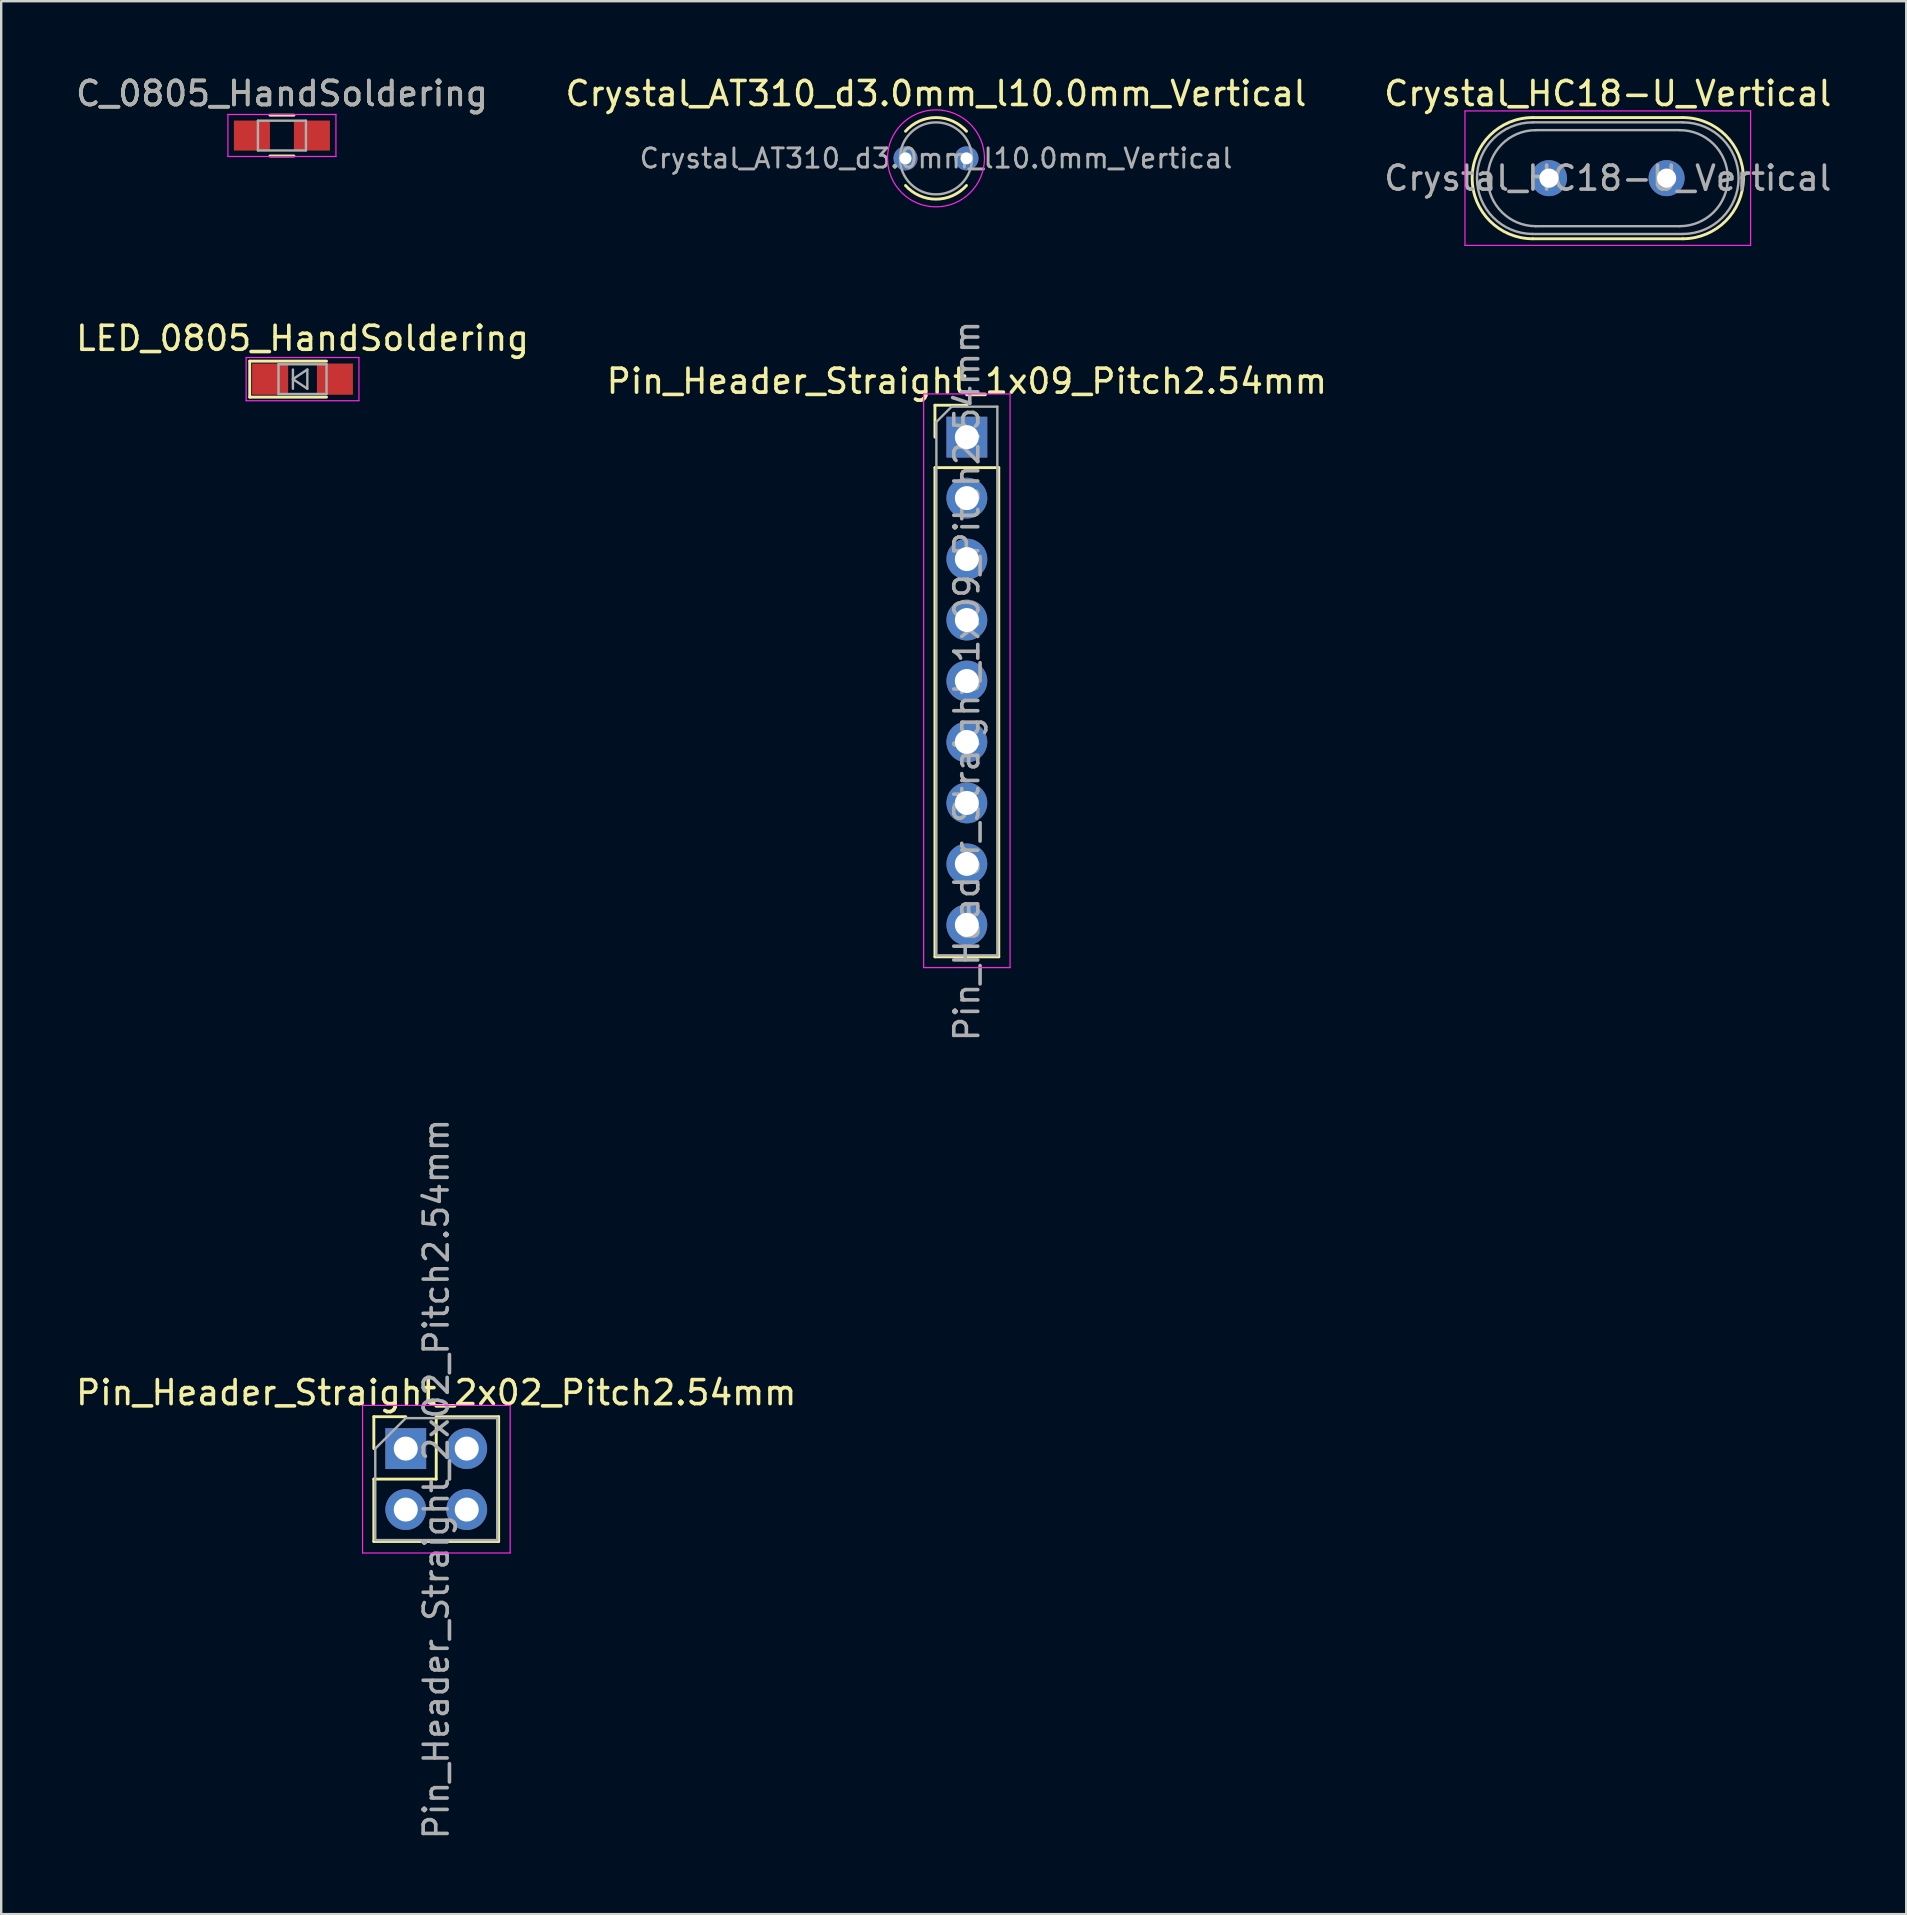
<source format=kicad_pcb>
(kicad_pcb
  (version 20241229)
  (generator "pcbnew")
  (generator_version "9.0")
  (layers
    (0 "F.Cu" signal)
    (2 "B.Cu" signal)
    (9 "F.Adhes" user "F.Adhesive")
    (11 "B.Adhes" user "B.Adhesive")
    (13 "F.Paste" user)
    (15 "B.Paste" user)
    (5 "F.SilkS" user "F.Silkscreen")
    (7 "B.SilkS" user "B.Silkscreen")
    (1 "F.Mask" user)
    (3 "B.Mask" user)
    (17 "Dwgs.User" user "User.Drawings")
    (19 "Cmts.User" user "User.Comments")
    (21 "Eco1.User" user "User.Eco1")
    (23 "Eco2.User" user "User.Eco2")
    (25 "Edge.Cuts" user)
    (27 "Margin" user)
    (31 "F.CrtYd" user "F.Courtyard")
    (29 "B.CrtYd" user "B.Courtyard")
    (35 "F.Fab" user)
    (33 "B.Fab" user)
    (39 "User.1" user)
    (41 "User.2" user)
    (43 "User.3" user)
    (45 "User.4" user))
  (footprint "Crystal_HC18-U_Vertical"
    (layer "F.Cu")
    (at 61.485 4.373)
    (property "Reference" "Crystal_HC18-U_Vertical" (at 2.45 -3.525 0) (layer "F.SilkS") (effects (font (size 1 1) (thickness 0.15))))
    (attr through_hole)
    (fp_line (start -0.675 -2.525) (end 5.575 -2.525) (stroke (width 0.12) (type solid)) (layer "F.SilkS"))
    (fp_line (start -0.675 2.525) (end 5.575 2.525) (stroke (width 0.12) (type solid)) (layer "F.SilkS"))
    (fp_arc (start -0.675 2.525) (mid -3.2 0) (end -0.675 -2.525) (stroke (width 0.12) (type solid)) (layer "F.SilkS"))
    (fp_arc (start 5.575 -2.525) (mid 8.1 0) (end 5.575 2.525) (stroke (width 0.12) (type solid)) (layer "F.SilkS"))
    (fp_line (start -3.5 -2.8) (end -3.5 2.8) (stroke (width 0.05) (type solid)) (layer "F.CrtYd"))
    (fp_line (start -3.5 2.8) (end 8.4 2.8) (stroke (width 0.05) (type solid)) (layer "F.CrtYd"))
    (fp_line (start 8.4 -2.8) (end -3.5 -2.8) (stroke (width 0.05) (type solid)) (layer "F.CrtYd"))
    (fp_line (start 8.4 2.8) (end 8.4 -2.8) (stroke (width 0.05) (type solid)) (layer "F.CrtYd"))
    (fp_line (start -0.675 -2.325) (end 5.575 -2.325) (stroke (width 0.1) (type solid)) (layer "F.Fab"))
    (fp_line (start -0.675 2.325) (end 5.575 2.325) (stroke (width 0.1) (type solid)) (layer "F.Fab"))
    (fp_line (start -0.55 -2) (end 5.45 -2) (stroke (width 0.1) (type solid)) (layer "F.Fab"))
    (fp_line (start -0.55 2) (end 5.45 2) (stroke (width 0.1) (type solid)) (layer "F.Fab"))
    (fp_arc (start -0.675 2.325) (mid -3 0) (end -0.675 -2.325) (stroke (width 0.1) (type solid)) (layer "F.Fab"))
    (fp_arc (start -0.55 2) (mid -2.55 0) (end -0.55 -2) (stroke (width 0.1) (type solid)) (layer "F.Fab"))
    (fp_arc (start 5.45 -2) (mid 7.45 0) (end 5.45 2) (stroke (width 0.1) (type solid)) (layer "F.Fab"))
    (fp_arc (start 5.575 -2.325) (mid 7.9 0) (end 5.575 2.325) (stroke (width 0.1) (type solid)) (layer "F.Fab"))
    (fp_text user "${REFERENCE}" (at 2.45 0 0) (layer "F.Fab") (effects (font (size 1 1) (thickness 0.15))))
    (pad "1" thru_hole circle (at 0 0) (size 1.5 1.5) (drill 0.8) (layers "*.Cu" "*.Mask"))
    (pad "2" thru_hole circle (at 4.9 0) (size 1.5 1.5) (drill 0.8) (layers "*.Cu" "*.Mask")))
  (footprint "Crystal_AT310_d3.0mm_l10.0mm_Vertical"
    (layer "F.Cu")
    (at 34.676 3.548)
    (property "Reference" "Crystal_AT310_d3.0mm_l10.0mm_Vertical" (at 1.27 -2.7 0) (layer "F.SilkS") (effects (font (size 1 1) (thickness 0.15))))
    (attr through_hole)
    (fp_arc (start 0 -1.130088) (mid 1.270408 -1.7) (end 2.540542 -1.129479) (stroke (width 0.12) (type solid)) (layer "F.SilkS"))
    (fp_arc (start 2.540542 1.129479) (mid 1.270408 1.7) (end 0 1.130088) (stroke (width 0.12) (type solid)) (layer "F.SilkS"))
    (fp_circle (center 1.27 0) (end 3.29 0) (stroke (width 0.05) (type solid)) (fill no) (layer "F.CrtYd"))
    (fp_circle (center 1.27 0) (end 2.77 0) (stroke (width 0.1) (type solid)) (fill no) (layer "F.Fab"))
    (fp_text user "${REFERENCE}" (at 1.27 0 0) (layer "F.Fab") (effects (font (size 0.8 0.8) (thickness 0.12))))
    (pad "1" thru_hole circle (at 0 0) (size 1 1) (drill 0.5) (layers "*.Cu" "*.Mask"))
    (pad "2" thru_hole circle (at 2.54 0) (size 1 1) (drill 0.5) (layers "*.Cu" "*.Mask")))
  (footprint "C_0805_HandSoldering"
    (layer "F.Cu")
    (at 8.696 2.598)
    (property "Reference" "C_0805_HandSoldering" (at 0 -1.75 0) (layer "F.SilkS") (effects (font (size 1 1) (thickness 0.15))))
    (attr smd)
    (fp_line (start -0.5 0.85) (end 0.5 0.85) (stroke (width 0.12) (type solid)) (layer "F.SilkS"))
    (fp_line (start 0.5 -0.85) (end -0.5 -0.85) (stroke (width 0.12) (type solid)) (layer "F.SilkS"))
    (fp_line (start -2.25 -0.88) (end -2.25 0.87) (stroke (width 0.05) (type solid)) (layer "F.CrtYd"))
    (fp_line (start -2.25 -0.88) (end 2.25 -0.88) (stroke (width 0.05) (type solid)) (layer "F.CrtYd"))
    (fp_line (start 2.25 0.87) (end -2.25 0.87) (stroke (width 0.05) (type solid)) (layer "F.CrtYd"))
    (fp_line (start 2.25 0.87) (end 2.25 -0.88) (stroke (width 0.05) (type solid)) (layer "F.CrtYd"))
    (fp_line (start -1 -0.62) (end 1 -0.62) (stroke (width 0.1) (type solid)) (layer "F.Fab"))
    (fp_line (start -1 0.62) (end -1 -0.62) (stroke (width 0.1) (type solid)) (layer "F.Fab"))
    (fp_line (start 1 -0.62) (end 1 0.62) (stroke (width 0.1) (type solid)) (layer "F.Fab"))
    (fp_line (start 1 0.62) (end -1 0.62) (stroke (width 0.1) (type solid)) (layer "F.Fab"))
    (fp_text user "${REFERENCE}" (at 0 -1.75 0) (layer "F.Fab") (effects (font (size 1 1) (thickness 0.15))))
    (pad "1" smd rect (at -1.25 0) (size 1.5 1.25) (layers "F.Cu" "F.Mask" "F.Paste"))
    (pad "2" smd rect (at 1.25 0) (size 1.5 1.25) (layers "F.Cu" "F.Mask" "F.Paste")))
  (footprint "LED_0805_HandSoldering"
    (layer "F.Cu")
    (at 9.554 12.746)
    (property "Reference" "LED_0805_HandSoldering" (at 0 -1.7 0) (layer "F.SilkS") (effects (font (size 1 1) (thickness 0.15))))
    (attr smd)
    (fp_line (start -2.2 -0.75) (end -2.2 0.75) (stroke (width 0.12) (type solid)) (layer "F.SilkS"))
    (fp_line (start -2.2 -0.75) (end 1 -0.75) (stroke (width 0.12) (type solid)) (layer "F.SilkS"))
    (fp_line (start 1 0.75) (end -2.2 0.75) (stroke (width 0.12) (type solid)) (layer "F.SilkS"))
    (fp_line (start -2.35 -0.9) (end -2.35 0.9) (stroke (width 0.05) (type solid)) (layer "F.CrtYd"))
    (fp_line (start -2.35 -0.9) (end 2.35 -0.9) (stroke (width 0.05) (type solid)) (layer "F.CrtYd"))
    (fp_line (start 2.35 0.9) (end -2.35 0.9) (stroke (width 0.05) (type solid)) (layer "F.CrtYd"))
    (fp_line (start 2.35 0.9) (end 2.35 -0.9) (stroke (width 0.05) (type solid)) (layer "F.CrtYd"))
    (fp_line (start -1 -0.62) (end 1 -0.62) (stroke (width 0.1) (type solid)) (layer "F.Fab"))
    (fp_line (start -1 0.62) (end -1 -0.62) (stroke (width 0.1) (type solid)) (layer "F.Fab"))
    (fp_line (start -0.4 -0.4) (end -0.4 0.4) (stroke (width 0.1) (type solid)) (layer "F.Fab"))
    (fp_line (start -0.4 0) (end 0.2 -0.4) (stroke (width 0.1) (type solid)) (layer "F.Fab"))
    (fp_line (start 0.2 -0.4) (end 0.2 0.4) (stroke (width 0.1) (type solid)) (layer "F.Fab"))
    (fp_line (start 0.2 0.4) (end -0.4 0) (stroke (width 0.1) (type solid)) (layer "F.Fab"))
    (fp_line (start 1 -0.62) (end 1 0.62) (stroke (width 0.1) (type solid)) (layer "F.Fab"))
    (fp_line (start 1 0.62) (end -1 0.62) (stroke (width 0.1) (type solid)) (layer "F.Fab"))
    (pad "1" smd rect (at -1.35 0) (size 1.5 1.3) (layers "F.Cu" "F.Mask" "F.Paste"))
    (pad "2" smd rect (at 1.35 0) (size 1.5 1.3) (layers "F.Cu" "F.Mask" "F.Paste")))
  (footprint "Pin_Header_Straight_2x02_Pitch2.54mm"
    (layer "F.Cu")
    (at 13.855 57.303)
    (property "Reference" "Pin_Header_Straight_2x02_Pitch2.54mm" (at 1.27 -2.33 0) (layer "F.SilkS") (effects (font (size 1 1) (thickness 0.15))))
    (attr through_hole)
    (fp_line (start -1.33 -1.33) (end 0 -1.33) (stroke (width 0.12) (type solid)) (layer "F.SilkS"))
    (fp_line (start -1.33 0) (end -1.33 -1.33) (stroke (width 0.12) (type solid)) (layer "F.SilkS"))
    (fp_line (start -1.33 1.27) (end -1.33 3.87) (stroke (width 0.12) (type solid)) (layer "F.SilkS"))
    (fp_line (start -1.33 1.27) (end 1.27 1.27) (stroke (width 0.12) (type solid)) (layer "F.SilkS"))
    (fp_line (start -1.33 3.87) (end 3.87 3.87) (stroke (width 0.12) (type solid)) (layer "F.SilkS"))
    (fp_line (start 1.27 -1.33) (end 3.87 -1.33) (stroke (width 0.12) (type solid)) (layer "F.SilkS"))
    (fp_line (start 1.27 1.27) (end 1.27 -1.33) (stroke (width 0.12) (type solid)) (layer "F.SilkS"))
    (fp_line (start 3.87 -1.33) (end 3.87 3.87) (stroke (width 0.12) (type solid)) (layer "F.SilkS"))
    (fp_line (start -1.8 -1.8) (end -1.8 4.35) (stroke (width 0.05) (type solid)) (layer "F.CrtYd"))
    (fp_line (start -1.8 4.35) (end 4.35 4.35) (stroke (width 0.05) (type solid)) (layer "F.CrtYd"))
    (fp_line (start 4.35 -1.8) (end -1.8 -1.8) (stroke (width 0.05) (type solid)) (layer "F.CrtYd"))
    (fp_line (start 4.35 4.35) (end 4.35 -1.8) (stroke (width 0.05) (type solid)) (layer "F.CrtYd"))
    (fp_line (start -1.27 0) (end 0 -1.27) (stroke (width 0.1) (type solid)) (layer "F.Fab"))
    (fp_line (start -1.27 3.81) (end -1.27 0) (stroke (width 0.1) (type solid)) (layer "F.Fab"))
    (fp_line (start 0 -1.27) (end 3.81 -1.27) (stroke (width 0.1) (type solid)) (layer "F.Fab"))
    (fp_line (start 3.81 -1.27) (end 3.81 3.81) (stroke (width 0.1) (type solid)) (layer "F.Fab"))
    (fp_line (start 3.81 3.81) (end -1.27 3.81) (stroke (width 0.1) (type solid)) (layer "F.Fab"))
    (fp_text user "${REFERENCE}" (at 1.27 1.27 90) (layer "F.Fab") (effects (font (size 1 1) (thickness 0.15))))
    (pad "1" thru_hole rect (at 0 0) (size 1.7 1.7) (drill 1) (layers "*.Cu" "*.Mask"))
    (pad "2" thru_hole oval (at 2.54 0) (size 1.7 1.7) (drill 1) (layers "*.Cu" "*.Mask"))
    (pad "3" thru_hole oval (at 0 2.54) (size 1.7 1.7) (drill 1) (layers "*.Cu" "*.Mask"))
    (pad "4" thru_hole oval (at 2.54 2.54) (size 1.7 1.7) (drill 1) (layers "*.Cu" "*.Mask")))
  (footprint "Pin_Header_Straight_1x09_Pitch2.54mm"
    (layer "F.Cu")
    (at 37.232 15.163)
    (property "Reference" "Pin_Header_Straight_1x09_Pitch2.54mm" (at 0 -2.33 0) (layer "F.SilkS") (effects (font (size 1 1) (thickness 0.15))))
    (attr through_hole)
    (fp_line (start -1.33 -1.33) (end 0 -1.33) (stroke (width 0.12) (type solid)) (layer "F.SilkS"))
    (fp_line (start -1.33 0) (end -1.33 -1.33) (stroke (width 0.12) (type solid)) (layer "F.SilkS"))
    (fp_line (start -1.33 1.27) (end -1.33 21.65) (stroke (width 0.12) (type solid)) (layer "F.SilkS"))
    (fp_line (start -1.33 1.27) (end 1.33 1.27) (stroke (width 0.12) (type solid)) (layer "F.SilkS"))
    (fp_line (start -1.33 21.65) (end 1.33 21.65) (stroke (width 0.12) (type solid)) (layer "F.SilkS"))
    (fp_line (start 1.33 1.27) (end 1.33 21.65) (stroke (width 0.12) (type solid)) (layer "F.SilkS"))
    (fp_line (start -1.8 -1.8) (end -1.8 22.1) (stroke (width 0.05) (type solid)) (layer "F.CrtYd"))
    (fp_line (start -1.8 22.1) (end 1.8 22.1) (stroke (width 0.05) (type solid)) (layer "F.CrtYd"))
    (fp_line (start 1.8 -1.8) (end -1.8 -1.8) (stroke (width 0.05) (type solid)) (layer "F.CrtYd"))
    (fp_line (start 1.8 22.1) (end 1.8 -1.8) (stroke (width 0.05) (type solid)) (layer "F.CrtYd"))
    (fp_line (start -1.27 -0.635) (end -0.635 -1.27) (stroke (width 0.1) (type solid)) (layer "F.Fab"))
    (fp_line (start -1.27 21.59) (end -1.27 -0.635) (stroke (width 0.1) (type solid)) (layer "F.Fab"))
    (fp_line (start -0.635 -1.27) (end 1.27 -1.27) (stroke (width 0.1) (type solid)) (layer "F.Fab"))
    (fp_line (start 1.27 -1.27) (end 1.27 21.59) (stroke (width 0.1) (type solid)) (layer "F.Fab"))
    (fp_line (start 1.27 21.59) (end -1.27 21.59) (stroke (width 0.1) (type solid)) (layer "F.Fab"))
    (fp_text user "${REFERENCE}" (at 0 10.16 270) (layer "F.Fab") (effects (font (size 1 1) (thickness 0.15))))
    (pad "1" thru_hole rect (at 0 0) (size 1.7 1.7) (drill 1) (layers "*.Cu" "*.Mask"))
    (pad "2" thru_hole oval (at 0 2.54) (size 1.7 1.7) (drill 1) (layers "*.Cu" "*.Mask"))
    (pad "3" thru_hole oval (at 0 5.08) (size 1.7 1.7) (drill 1) (layers "*.Cu" "*.Mask"))
    (pad "4" thru_hole oval (at 0 7.62) (size 1.7 1.7) (drill 1) (layers "*.Cu" "*.Mask"))
    (pad "5" thru_hole oval (at 0 10.16) (size 1.7 1.7) (drill 1) (layers "*.Cu" "*.Mask"))
    (pad "6" thru_hole oval (at 0 12.7) (size 1.7 1.7) (drill 1) (layers "*.Cu" "*.Mask"))
    (pad "7" thru_hole oval (at 0 15.24) (size 1.7 1.7) (drill 1) (layers "*.Cu" "*.Mask"))
    (pad "8" thru_hole oval (at 0 17.78) (size 1.7 1.7) (drill 1) (layers "*.Cu" "*.Mask"))
    (pad "9" thru_hole oval (at 0 20.32) (size 1.7 1.7) (drill 1) (layers "*.Cu" "*.Mask")))
  (gr_rect
    (start -3 -3)
    (end 76.369 76.698)
    (stroke (width 0.1) (type default))
    (fill no)
    (layer "Edge.Cuts")))
</source>
